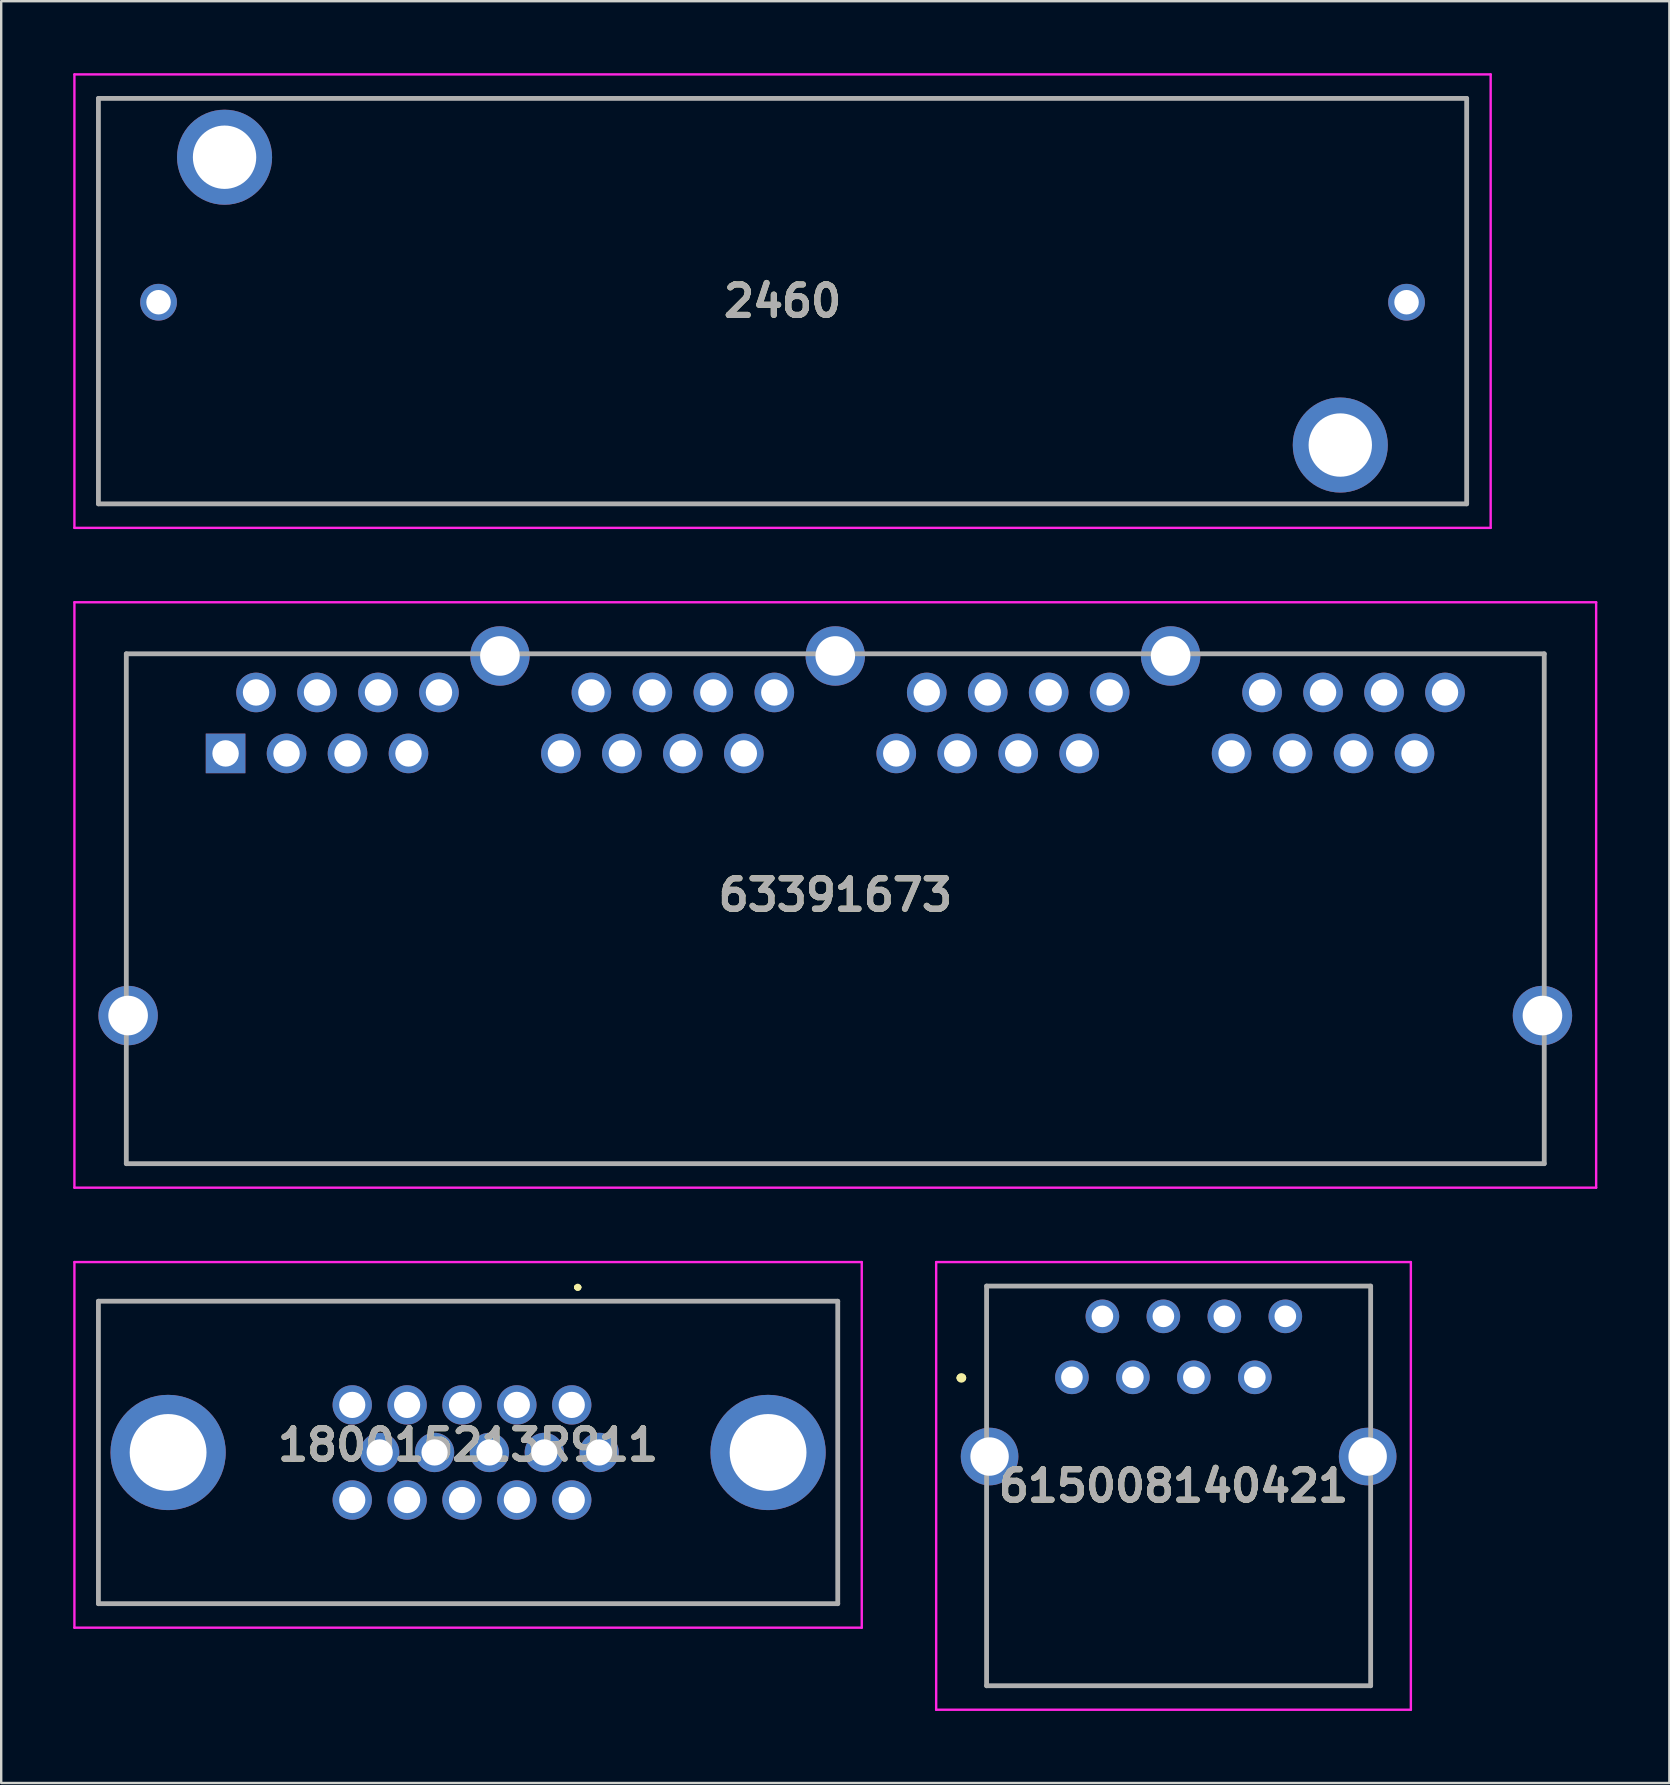
<source format=kicad_pcb>
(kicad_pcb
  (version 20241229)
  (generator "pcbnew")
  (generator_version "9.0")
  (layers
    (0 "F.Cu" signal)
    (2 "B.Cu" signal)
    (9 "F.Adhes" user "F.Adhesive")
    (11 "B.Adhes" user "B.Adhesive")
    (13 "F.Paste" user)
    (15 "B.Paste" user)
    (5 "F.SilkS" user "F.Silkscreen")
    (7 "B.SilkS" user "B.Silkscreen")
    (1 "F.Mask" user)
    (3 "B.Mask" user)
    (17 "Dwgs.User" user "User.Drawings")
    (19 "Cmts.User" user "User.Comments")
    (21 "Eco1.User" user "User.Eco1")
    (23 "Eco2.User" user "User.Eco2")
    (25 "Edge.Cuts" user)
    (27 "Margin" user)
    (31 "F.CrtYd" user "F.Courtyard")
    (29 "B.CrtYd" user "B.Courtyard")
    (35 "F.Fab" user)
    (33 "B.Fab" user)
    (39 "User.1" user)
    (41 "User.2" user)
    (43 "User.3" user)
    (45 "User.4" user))
  (footprint "615008140421"
    (layer "F.Cu")
    (at 41.605 54.328)
    (property "Reference" "615008140421" (at 4.232 4.524 0) (layer "F.SilkS") (effects (font (size 1.27 1.27) (thickness 0.254))))
    (attr through_hole)
    (fp_line (start -4.655 0.024) (end -4.655 0.024) (stroke (width 0.3) (type solid)) (layer "F.SilkS"))
    (fp_line (start -4.555 0.024) (end -4.555 0.024) (stroke (width 0.3) (type solid)) (layer "F.SilkS"))
    (fp_line (start -3.555 -3.801) (end 12.445 -3.801) (stroke (width 0.1) (type solid)) (layer "F.SilkS"))
    (fp_line (start -3.555 1.8) (end -3.555 -3.801) (stroke (width 0.1) (type solid)) (layer "F.SilkS"))
    (fp_line (start -3.555 4.3) (end -3.555 12.849) (stroke (width 0.1) (type solid)) (layer "F.SilkS"))
    (fp_line (start -3.555 12.849) (end 12.445 12.849) (stroke (width 0.1) (type solid)) (layer "F.SilkS"))
    (fp_line (start 12.445 -3.801) (end 12.445 1.8) (stroke (width 0.1) (type solid)) (layer "F.SilkS"))
    (fp_line (start 12.445 12.849) (end 12.445 4.8) (stroke (width 0.1) (type solid)) (layer "F.SilkS"))
    (fp_arc (start -4.655 0.024) (mid -4.605 -0.026) (end -4.555 0.024) (stroke (width 0.3) (type solid)) (layer "F.SilkS"))
    (fp_arc (start -4.555 0.024) (mid -4.605 0.074) (end -4.655 0.024) (stroke (width 0.3) (type solid)) (layer "F.SilkS"))
    (fp_line (start -5.655 -4.801) (end 14.12 -4.801) (stroke (width 0.1) (type solid)) (layer "F.CrtYd"))
    (fp_line (start -5.655 13.849) (end -5.655 -4.801) (stroke (width 0.1) (type solid)) (layer "F.CrtYd"))
    (fp_line (start 14.12 -4.801) (end 14.12 13.849) (stroke (width 0.1) (type solid)) (layer "F.CrtYd"))
    (fp_line (start 14.12 13.849) (end -5.655 13.849) (stroke (width 0.1) (type solid)) (layer "F.CrtYd"))
    (fp_line (start -3.555 -3.801) (end 12.445 -3.801) (stroke (width 0.2) (type solid)) (layer "F.Fab"))
    (fp_line (start -3.555 12.849) (end -3.555 -3.801) (stroke (width 0.2) (type solid)) (layer "F.Fab"))
    (fp_line (start 12.445 -3.801) (end 12.445 12.849) (stroke (width 0.2) (type solid)) (layer "F.Fab"))
    (fp_line (start 12.445 12.849) (end -3.555 12.849) (stroke (width 0.2) (type solid)) (layer "F.Fab"))
    (fp_text user "${REFERENCE}" (at 4.232 4.524 0) (layer "F.Fab") (effects (font (size 1.27 1.27) (thickness 0.254))))
    (pad "" np_thru_hole circle (at -1.27 6.35) (size 0.001 0.001) (drill 3.17) (layers "*.Cu" "*.Mask"))
    (pad "" np_thru_hole circle (at 10.16 6.35) (size 0.001 0.001) (drill 3.17) (layers "*.Cu" "*.Mask"))
    (pad "1" thru_hole circle (at 0 0) (size 1.4 1.4) (drill 0.9) (layers "*.Cu" "*.Mask"))
    (pad "2" thru_hole circle (at 1.27 -2.54) (size 1.4 1.4) (drill 0.9) (layers "*.Cu" "*.Mask"))
    (pad "3" thru_hole circle (at 2.54 0) (size 1.4 1.4) (drill 0.9) (layers "*.Cu" "*.Mask"))
    (pad "4" thru_hole circle (at 3.81 -2.54) (size 1.4 1.4) (drill 0.9) (layers "*.Cu" "*.Mask"))
    (pad "5" thru_hole circle (at 5.08 0) (size 1.4 1.4) (drill 0.9) (layers "*.Cu" "*.Mask"))
    (pad "6" thru_hole circle (at 6.35 -2.54) (size 1.4 1.4) (drill 0.9) (layers "*.Cu" "*.Mask"))
    (pad "7" thru_hole circle (at 7.62 0) (size 1.4 1.4) (drill 0.9) (layers "*.Cu" "*.Mask"))
    (pad "8" thru_hole circle (at 8.89 -2.54) (size 1.4 1.4) (drill 0.9) (layers "*.Cu" "*.Mask"))
    (pad "MH1" thru_hole circle (at -3.43 3.3) (size 2.4 2.4) (drill 1.6) (layers "*.Cu" "*.Mask"))
    (pad "MH2" thru_hole circle (at 12.32 3.3) (size 2.4 2.4) (drill 1.6) (layers "*.Cu" "*.Mask")))
  (footprint "180015213R911"
    (layer "F.Cu")
    (at 20.768 55.477)
    (property "Reference" "180015213R911" (at -4.318 1.666 0) (layer "F.SilkS") (effects (font (size 1.27 1.27) (thickness 0.254))))
    (attr through_hole)
    (fp_line (start -19.718 -4.319) (end 11.082 -4.319) (stroke (width 0.1) (type solid)) (layer "F.SilkS"))
    (fp_line (start -19.718 8.281) (end -19.718 -4.319) (stroke (width 0.1) (type solid)) (layer "F.SilkS"))
    (fp_line (start 0.2 -4.9) (end 0.2 -4.9) (stroke (width 0.2) (type solid)) (layer "F.SilkS"))
    (fp_line (start 0.2 -4.9) (end 0.2 -4.9) (stroke (width 0.2) (type solid)) (layer "F.SilkS"))
    (fp_line (start 0.3 -4.9) (end 0.3 -4.9) (stroke (width 0.2) (type solid)) (layer "F.SilkS"))
    (fp_line (start 11.082 -4.319) (end 11.082 8.281) (stroke (width 0.1) (type solid)) (layer "F.SilkS"))
    (fp_line (start 11.082 8.281) (end -19.718 8.281) (stroke (width 0.1) (type solid)) (layer "F.SilkS"))
    (fp_arc (start 0.2 -4.9) (mid 0.25 -4.95) (end 0.3 -4.9) (stroke (width 0.2) (type solid)) (layer "F.SilkS"))
    (fp_arc (start 0.3 -4.9) (mid 0.25 -4.85) (end 0.2 -4.9) (stroke (width 0.2) (type solid)) (layer "F.SilkS"))
    (fp_arc (start 0.3 -4.9) (mid 0.25 -4.85) (end 0.2 -4.9) (stroke (width 0.2) (type solid)) (layer "F.SilkS"))
    (fp_line (start -20.718 -5.95) (end 12.082 -5.95) (stroke (width 0.1) (type solid)) (layer "F.CrtYd"))
    (fp_line (start -20.718 9.281) (end -20.718 -5.95) (stroke (width 0.1) (type solid)) (layer "F.CrtYd"))
    (fp_line (start 12.082 -5.95) (end 12.082 9.281) (stroke (width 0.1) (type solid)) (layer "F.CrtYd"))
    (fp_line (start 12.082 9.281) (end -20.718 9.281) (stroke (width 0.1) (type solid)) (layer "F.CrtYd"))
    (fp_line (start -19.718 -4.319) (end -19.718 8.281) (stroke (width 0.2) (type solid)) (layer "F.Fab"))
    (fp_line (start -19.718 8.281) (end 11.082 8.281) (stroke (width 0.2) (type solid)) (layer "F.Fab"))
    (fp_line (start 11.082 -4.319) (end -19.718 -4.319) (stroke (width 0.2) (type solid)) (layer "F.Fab"))
    (fp_line (start 11.082 8.281) (end 11.082 -4.319) (stroke (width 0.2) (type solid)) (layer "F.Fab"))
    (fp_text user "${REFERENCE}" (at -4.318 1.666 0) (layer "F.Fab") (effects (font (size 1.27 1.27) (thickness 0.254))))
    (pad "1" thru_hole circle (at 0 0) (size 1.638 1.638) (drill 1.092) (layers "*.Cu" "*.Mask"))
    (pad "2" thru_hole circle (at -2.286 0) (size 1.638 1.638) (drill 1.092) (layers "*.Cu" "*.Mask"))
    (pad "3" thru_hole circle (at -4.572 0) (size 1.638 1.638) (drill 1.092) (layers "*.Cu" "*.Mask"))
    (pad "4" thru_hole circle (at -6.858 0) (size 1.638 1.638) (drill 1.092) (layers "*.Cu" "*.Mask"))
    (pad "5" thru_hole circle (at -9.144 0) (size 1.638 1.638) (drill 1.092) (layers "*.Cu" "*.Mask"))
    (pad "6" thru_hole circle (at 1.143 1.981) (size 1.638 1.638) (drill 1.092) (layers "*.Cu" "*.Mask"))
    (pad "7" thru_hole circle (at -1.143 1.981) (size 1.638 1.638) (drill 1.092) (layers "*.Cu" "*.Mask"))
    (pad "8" thru_hole circle (at -3.429 1.981) (size 1.638 1.638) (drill 1.092) (layers "*.Cu" "*.Mask"))
    (pad "9" thru_hole circle (at -5.715 1.981) (size 1.638 1.638) (drill 1.092) (layers "*.Cu" "*.Mask"))
    (pad "10" thru_hole circle (at -8.001 1.981) (size 1.638 1.638) (drill 1.092) (layers "*.Cu" "*.Mask"))
    (pad "11" thru_hole circle (at 0 3.962) (size 1.638 1.638) (drill 1.092) (layers "*.Cu" "*.Mask"))
    (pad "12" thru_hole circle (at -2.286 3.962) (size 1.638 1.638) (drill 1.092) (layers "*.Cu" "*.Mask"))
    (pad "13" thru_hole circle (at -4.572 3.962) (size 1.638 1.638) (drill 1.092) (layers "*.Cu" "*.Mask"))
    (pad "14" thru_hole circle (at -6.858 3.962) (size 1.638 1.638) (drill 1.092) (layers "*.Cu" "*.Mask"))
    (pad "15" thru_hole circle (at -9.144 3.962) (size 1.638 1.638) (drill 1.092) (layers "*.Cu" "*.Mask"))
    (pad "MH1" thru_hole circle (at 8.179 1.981) (size 4.801 4.801) (drill 3.2) (layers "*.Cu" "*.Mask"))
    (pad "MH2" thru_hole circle (at -16.815 1.981) (size 4.801 4.801) (drill 3.2) (layers "*.Cu" "*.Mask")))
  (footprint "2460"
    (layer "F.Cu")
    (at 29.55 9.495)
    (property "Reference" "2460" (at 0 0 0) (layer "F.SilkS") (effects (font (size 1.27 1.27) (thickness 0.254))))
    (attr through_hole)
    (fp_line (start -28.5 -8.445) (end 28.5 -8.445) (stroke (width 0.1) (type solid)) (layer "F.SilkS"))
    (fp_line (start -28.5 8.445) (end -28.5 -8.445) (stroke (width 0.1) (type solid)) (layer "F.SilkS"))
    (fp_line (start 28.5 -8.445) (end 28.5 8.445) (stroke (width 0.1) (type solid)) (layer "F.SilkS"))
    (fp_line (start 28.5 8.445) (end -28.5 8.445) (stroke (width 0.1) (type solid)) (layer "F.SilkS"))
    (fp_line (start -29.5 -9.445) (end 29.5 -9.445) (stroke (width 0.1) (type solid)) (layer "F.CrtYd"))
    (fp_line (start -29.5 9.445) (end -29.5 -9.445) (stroke (width 0.1) (type solid)) (layer "F.CrtYd"))
    (fp_line (start 29.5 -9.445) (end 29.5 9.445) (stroke (width 0.1) (type solid)) (layer "F.CrtYd"))
    (fp_line (start 29.5 9.445) (end -29.5 9.445) (stroke (width 0.1) (type solid)) (layer "F.CrtYd"))
    (fp_line (start -28.5 -8.445) (end 28.5 -8.445) (stroke (width 0.2) (type solid)) (layer "F.Fab"))
    (fp_line (start -28.5 8.445) (end -28.5 -8.445) (stroke (width 0.2) (type solid)) (layer "F.Fab"))
    (fp_line (start 28.5 -8.445) (end 28.5 8.445) (stroke (width 0.2) (type solid)) (layer "F.Fab"))
    (fp_line (start 28.5 8.445) (end -28.5 8.445) (stroke (width 0.2) (type solid)) (layer "F.Fab"))
    (fp_text user "${REFERENCE}" (at 0 0 0) (layer "F.Fab") (effects (font (size 1.27 1.27) (thickness 0.254))))
    (pad "1" thru_hole circle (at 25.995 0.045) (size 1.53 1.53) (drill 1.02) (layers "*.Cu" "*.Mask"))
    (pad "2" thru_hole circle (at -25.995 0.045) (size 1.53 1.53) (drill 1.02) (layers "*.Cu" "*.Mask"))
    (pad "3" thru_hole circle (at -23.245 -5.995) (size 3.96 3.96) (drill 2.64) (layers "*.Cu" "*.Mask"))
    (pad "4" thru_hole circle (at 23.235 5.995) (size 3.96 3.96) (drill 2.64) (layers "*.Cu" "*.Mask")))
  (footprint "63391673"
    (layer "F.Cu")
    (at 6.347 28.337)
    (property "Reference" "63391673" (at 25.4 5.896 0) (layer "F.SilkS") (effects (font (size 1.27 1.27) (thickness 0.254))))
    (attr through_hole)
    (fp_line (start -4.135 -4.15) (end -4.135 -4.15) (stroke (width 0.1) (type solid)) (layer "F.SilkS"))
    (fp_line (start -4.135 -4.15) (end -4.135 -4.15) (stroke (width 0.1) (type solid)) (layer "F.SilkS"))
    (fp_line (start -4.135 -4.15) (end -4.135 9) (stroke (width 0.1) (type solid)) (layer "F.SilkS"))
    (fp_line (start -4.135 -4.15) (end 9.5 -4.15) (stroke (width 0.1) (type solid)) (layer "F.SilkS"))
    (fp_line (start -4.135 9) (end -4.135 -4.15) (stroke (width 0.1) (type solid)) (layer "F.SilkS"))
    (fp_line (start -4.135 9) (end -4.135 9) (stroke (width 0.1) (type solid)) (layer "F.SilkS"))
    (fp_line (start -4.135 12.75) (end -4.135 12.75) (stroke (width 0.1) (type solid)) (layer "F.SilkS"))
    (fp_line (start -4.135 12.75) (end -4.135 17.09) (stroke (width 0.1) (type solid)) (layer "F.SilkS"))
    (fp_line (start -4.135 17.09) (end -4.135 12.75) (stroke (width 0.1) (type solid)) (layer "F.SilkS"))
    (fp_line (start -4.135 17.09) (end -4.135 17.09) (stroke (width 0.1) (type solid)) (layer "F.SilkS"))
    (fp_line (start -4.135 17.09) (end -4.135 17.09) (stroke (width 0.1) (type solid)) (layer "F.SilkS"))
    (fp_line (start -4.135 17.09) (end 54.935 17.09) (stroke (width 0.1) (type solid)) (layer "F.SilkS"))
    (fp_line (start 9.5 -4.15) (end -4.135 -4.15) (stroke (width 0.1) (type solid)) (layer "F.SilkS"))
    (fp_line (start 9.5 -4.15) (end 9.5 -4.15) (stroke (width 0.1) (type solid)) (layer "F.SilkS"))
    (fp_line (start 13.5 -4.15) (end 13.5 -4.15) (stroke (width 0.1) (type solid)) (layer "F.SilkS"))
    (fp_line (start 13.5 -4.15) (end 23.5 -4.15) (stroke (width 0.1) (type solid)) (layer "F.SilkS"))
    (fp_line (start 23.5 -4.15) (end 13.5 -4.15) (stroke (width 0.1) (type solid)) (layer "F.SilkS"))
    (fp_line (start 23.5 -4.15) (end 23.5 -4.15) (stroke (width 0.1) (type solid)) (layer "F.SilkS"))
    (fp_line (start 27.25 -4.15) (end 27.25 -4.15) (stroke (width 0.1) (type solid)) (layer "F.SilkS"))
    (fp_line (start 27.25 -4.15) (end 37.5 -4.15) (stroke (width 0.1) (type solid)) (layer "F.SilkS"))
    (fp_line (start 37.5 -4.15) (end 27.25 -4.15) (stroke (width 0.1) (type solid)) (layer "F.SilkS"))
    (fp_line (start 37.5 -4.15) (end 37.5 -4.15) (stroke (width 0.1) (type solid)) (layer "F.SilkS"))
    (fp_line (start 41.5 -4.15) (end 41.5 -4.15) (stroke (width 0.1) (type solid)) (layer "F.SilkS"))
    (fp_line (start 41.5 -4.15) (end 54.935 -4.15) (stroke (width 0.1) (type solid)) (layer "F.SilkS"))
    (fp_line (start 54.935 -4.15) (end 41.5 -4.15) (stroke (width 0.1) (type solid)) (layer "F.SilkS"))
    (fp_line (start 54.935 -4.15) (end 54.935 -4.15) (stroke (width 0.1) (type solid)) (layer "F.SilkS"))
    (fp_line (start 54.935 -4.15) (end 54.935 -4.15) (stroke (width 0.1) (type solid)) (layer "F.SilkS"))
    (fp_line (start 54.935 -4.15) (end 54.935 9) (stroke (width 0.1) (type solid)) (layer "F.SilkS"))
    (fp_line (start 54.935 9) (end 54.935 -4.15) (stroke (width 0.1) (type solid)) (layer "F.SilkS"))
    (fp_line (start 54.935 9) (end 54.935 9) (stroke (width 0.1) (type solid)) (layer "F.SilkS"))
    (fp_line (start 54.935 13) (end 54.935 13) (stroke (width 0.1) (type solid)) (layer "F.SilkS"))
    (fp_line (start 54.935 13) (end 54.935 17.09) (stroke (width 0.1) (type solid)) (layer "F.SilkS"))
    (fp_line (start 54.935 17.09) (end -4.135 17.09) (stroke (width 0.1) (type solid)) (layer "F.SilkS"))
    (fp_line (start 54.935 17.09) (end 54.935 13) (stroke (width 0.1) (type solid)) (layer "F.SilkS"))
    (fp_line (start 54.935 17.09) (end 54.935 17.09) (stroke (width 0.1) (type solid)) (layer "F.SilkS"))
    (fp_line (start 54.935 17.09) (end 54.935 17.09) (stroke (width 0.1) (type solid)) (layer "F.SilkS"))
    (fp_line (start -6.297 -6.297) (end 57.097 -6.297) (stroke (width 0.1) (type solid)) (layer "F.CrtYd"))
    (fp_line (start -6.297 18.09) (end -6.297 -6.297) (stroke (width 0.1) (type solid)) (layer "F.CrtYd"))
    (fp_line (start 57.097 -6.297) (end 57.097 18.09) (stroke (width 0.1) (type solid)) (layer "F.CrtYd"))
    (fp_line (start 57.097 18.09) (end -6.297 18.09) (stroke (width 0.1) (type solid)) (layer "F.CrtYd"))
    (fp_line (start -4.135 -4.15) (end 54.935 -4.15) (stroke (width 0.2) (type solid)) (layer "F.Fab"))
    (fp_line (start -4.135 17.09) (end -4.135 -4.15) (stroke (width 0.2) (type solid)) (layer "F.Fab"))
    (fp_line (start 54.935 -4.15) (end 54.935 17.09) (stroke (width 0.2) (type solid)) (layer "F.Fab"))
    (fp_line (start 54.935 17.09) (end -4.135 17.09) (stroke (width 0.2) (type solid)) (layer "F.Fab"))
    (fp_text user "${REFERENCE}" (at 25.4 5.896 0) (layer "F.Fab") (effects (font (size 1.27 1.27) (thickness 0.254))))
    (pad "" np_thru_hole circle (at -1.27 6.35) (size 0.001 0.001) (drill 3.33) (layers "*.Cu" "*.Mask"))
    (pad "" np_thru_hole circle (at 52.07 6.35) (size 0.001 0.001) (drill 3.33) (layers "*.Cu" "*.Mask"))
    (pad "A1" thru_hole rect (at 0 0) (size 1.65 1.65) (drill 1.1) (layers "*.Cu" "*.Mask"))
    (pad "A2" thru_hole circle (at 1.27 -2.54) (size 1.65 1.65) (drill 1.1) (layers "*.Cu" "*.Mask"))
    (pad "A3" thru_hole circle (at 2.54 0) (size 1.65 1.65) (drill 1.1) (layers "*.Cu" "*.Mask"))
    (pad "A4" thru_hole circle (at 3.81 -2.54) (size 1.65 1.65) (drill 1.1) (layers "*.Cu" "*.Mask"))
    (pad "A5" thru_hole circle (at 5.08 0) (size 1.65 1.65) (drill 1.1) (layers "*.Cu" "*.Mask"))
    (pad "A6" thru_hole circle (at 6.35 -2.54) (size 1.65 1.65) (drill 1.1) (layers "*.Cu" "*.Mask"))
    (pad "A7" thru_hole circle (at 7.62 0) (size 1.65 1.65) (drill 1.1) (layers "*.Cu" "*.Mask"))
    (pad "A8" thru_hole circle (at 8.89 -2.54) (size 1.65 1.65) (drill 1.1) (layers "*.Cu" "*.Mask"))
    (pad "B1" thru_hole circle (at 13.97 0) (size 1.65 1.65) (drill 1.1) (layers "*.Cu" "*.Mask"))
    (pad "B2" thru_hole circle (at 15.24 -2.54) (size 1.65 1.65) (drill 1.1) (layers "*.Cu" "*.Mask"))
    (pad "B3" thru_hole circle (at 16.51 0) (size 1.65 1.65) (drill 1.1) (layers "*.Cu" "*.Mask"))
    (pad "B4" thru_hole circle (at 17.78 -2.54) (size 1.65 1.65) (drill 1.1) (layers "*.Cu" "*.Mask"))
    (pad "B5" thru_hole circle (at 19.05 0) (size 1.65 1.65) (drill 1.1) (layers "*.Cu" "*.Mask"))
    (pad "B6" thru_hole circle (at 20.32 -2.54) (size 1.65 1.65) (drill 1.1) (layers "*.Cu" "*.Mask"))
    (pad "B7" thru_hole circle (at 21.59 0) (size 1.65 1.65) (drill 1.1) (layers "*.Cu" "*.Mask"))
    (pad "B8" thru_hole circle (at 22.86 -2.54) (size 1.65 1.65) (drill 1.1) (layers "*.Cu" "*.Mask"))
    (pad "C1" thru_hole circle (at 27.94 0) (size 1.65 1.65) (drill 1.1) (layers "*.Cu" "*.Mask"))
    (pad "C2" thru_hole circle (at 29.21 -2.54) (size 1.65 1.65) (drill 1.1) (layers "*.Cu" "*.Mask"))
    (pad "C3" thru_hole circle (at 30.48 0) (size 1.65 1.65) (drill 1.1) (layers "*.Cu" "*.Mask"))
    (pad "C4" thru_hole circle (at 31.75 -2.54) (size 1.65 1.65) (drill 1.1) (layers "*.Cu" "*.Mask"))
    (pad "C5" thru_hole circle (at 33.02 0) (size 1.65 1.65) (drill 1.1) (layers "*.Cu" "*.Mask"))
    (pad "C6" thru_hole circle (at 34.29 -2.54) (size 1.65 1.65) (drill 1.1) (layers "*.Cu" "*.Mask"))
    (pad "C7" thru_hole circle (at 35.56 0) (size 1.65 1.65) (drill 1.1) (layers "*.Cu" "*.Mask"))
    (pad "C8" thru_hole circle (at 36.83 -2.54) (size 1.65 1.65) (drill 1.1) (layers "*.Cu" "*.Mask"))
    (pad "D1" thru_hole circle (at 41.91 0) (size 1.65 1.65) (drill 1.1) (layers "*.Cu" "*.Mask"))
    (pad "D2" thru_hole circle (at 43.18 -2.54) (size 1.65 1.65) (drill 1.1) (layers "*.Cu" "*.Mask"))
    (pad "D3" thru_hole circle (at 44.45 0) (size 1.65 1.65) (drill 1.1) (layers "*.Cu" "*.Mask"))
    (pad "D4" thru_hole circle (at 45.72 -2.54) (size 1.65 1.65) (drill 1.1) (layers "*.Cu" "*.Mask"))
    (pad "D5" thru_hole circle (at 46.99 0) (size 1.65 1.65) (drill 1.1) (layers "*.Cu" "*.Mask"))
    (pad "D6" thru_hole circle (at 48.26 -2.54) (size 1.65 1.65) (drill 1.1) (layers "*.Cu" "*.Mask"))
    (pad "D7" thru_hole circle (at 49.53 0) (size 1.65 1.65) (drill 1.1) (layers "*.Cu" "*.Mask"))
    (pad "D8" thru_hole circle (at 50.8 -2.54) (size 1.65 1.65) (drill 1.1) (layers "*.Cu" "*.Mask"))
    (pad "MH1" thru_hole circle (at -4.06 10.92) (size 2.475 2.475) (drill 1.65) (layers "*.Cu" "*.Mask"))
    (pad "MH2" thru_hole circle (at 11.43 -4.06) (size 2.475 2.475) (drill 1.65) (layers "*.Cu" "*.Mask"))
    (pad "MH3" thru_hole circle (at 25.4 -4.06) (size 2.475 2.475) (drill 1.65) (layers "*.Cu" "*.Mask"))
    (pad "MH4" thru_hole circle (at 39.37 -4.06) (size 2.475 2.475) (drill 1.65) (layers "*.Cu" "*.Mask"))
    (pad "MH5" thru_hole circle (at 54.86 10.92) (size 2.475 2.475) (drill 1.65) (layers "*.Cu" "*.Mask")))
  (gr_rect
    (start -3 -3)
    (end 66.494 71.227)
    (stroke (width 0.1) (type default))
    (fill no)
    (layer "Edge.Cuts")))
</source>
